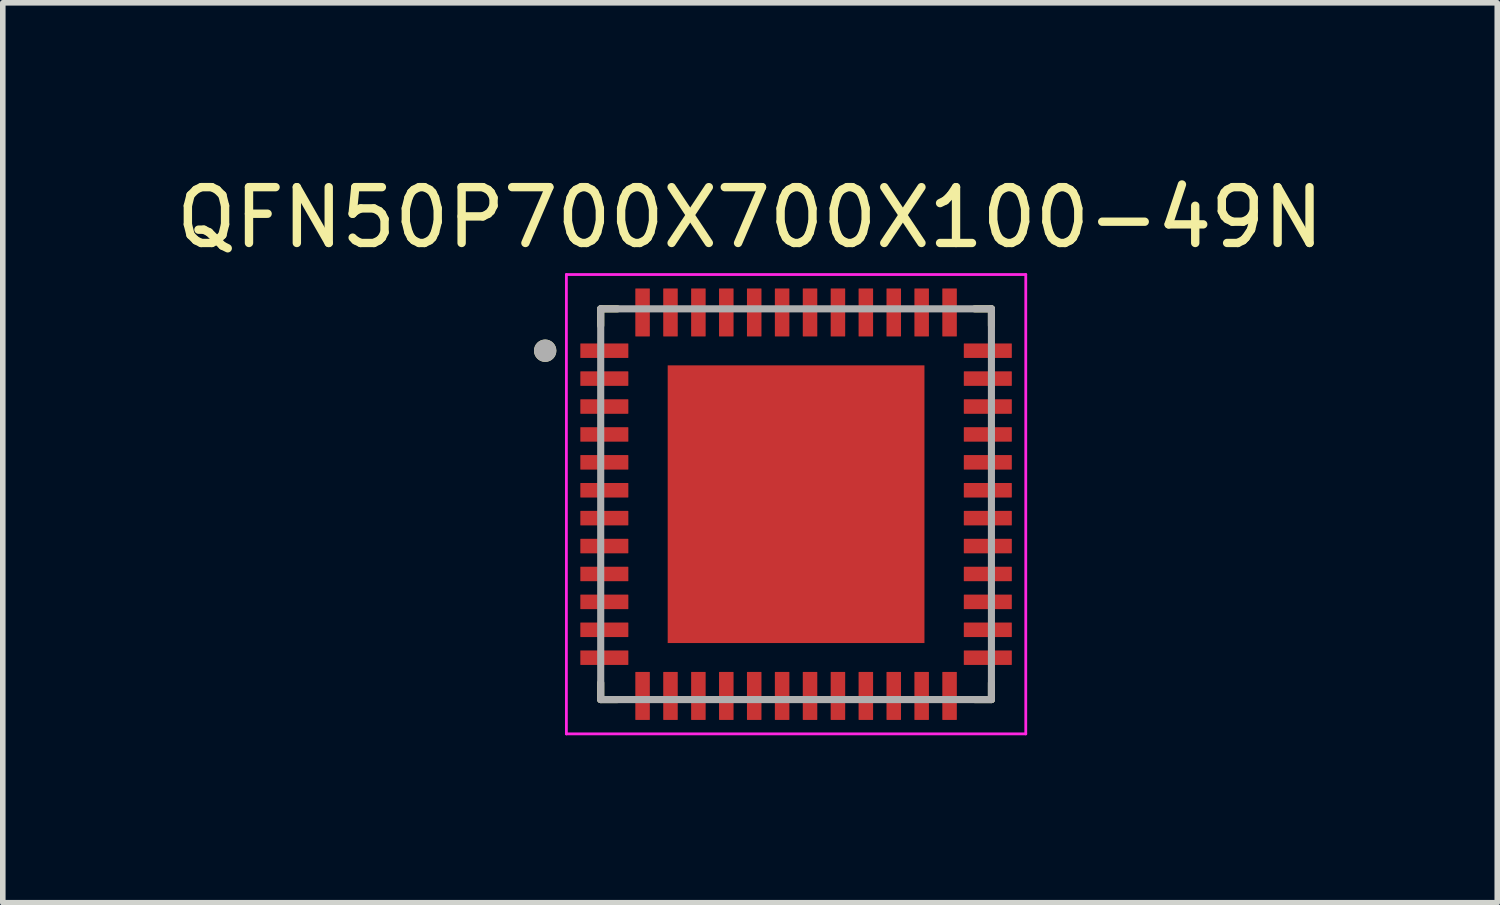
<source format=kicad_pcb>
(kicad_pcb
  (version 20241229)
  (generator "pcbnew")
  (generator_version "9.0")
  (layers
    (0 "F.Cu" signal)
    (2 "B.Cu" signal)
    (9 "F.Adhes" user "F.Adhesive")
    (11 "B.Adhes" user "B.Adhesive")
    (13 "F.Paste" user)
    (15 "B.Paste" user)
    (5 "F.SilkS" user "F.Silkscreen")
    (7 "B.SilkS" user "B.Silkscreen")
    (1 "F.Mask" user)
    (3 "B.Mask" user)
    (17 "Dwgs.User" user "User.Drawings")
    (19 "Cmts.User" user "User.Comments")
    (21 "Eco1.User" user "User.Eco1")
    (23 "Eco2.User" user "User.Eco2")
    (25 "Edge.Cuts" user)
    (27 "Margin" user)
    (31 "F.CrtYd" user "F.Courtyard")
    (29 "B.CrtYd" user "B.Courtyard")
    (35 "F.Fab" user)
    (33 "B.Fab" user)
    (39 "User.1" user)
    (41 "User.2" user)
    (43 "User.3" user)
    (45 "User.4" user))
  (footprint "QFN50P700X700X100-49N"
    (layer "F.Cu")
    (at 11.212 5.983)
    (property "Reference" "QFN50P700X700X100-49N" (at -0.825 -5.135 0) (layer "F.SilkS") (effects (font (size 1 1) (thickness 0.15))))
    (attr through_hole)
    (fp_line (start -3.5 -3.5) (end -3.5 -3.2) (stroke (width 0.127) (type solid)) (layer "F.SilkS"))
    (fp_line (start -3.5 -3.5) (end -3.2 -3.5) (stroke (width 0.127) (type solid)) (layer "F.SilkS"))
    (fp_line (start -3.5 3.5) (end -3.5 3.2) (stroke (width 0.127) (type solid)) (layer "F.SilkS"))
    (fp_line (start -3.5 3.5) (end -3.2 3.5) (stroke (width 0.127) (type solid)) (layer "F.SilkS"))
    (fp_line (start 3.5 -3.5) (end 3.2 -3.5) (stroke (width 0.127) (type solid)) (layer "F.SilkS"))
    (fp_line (start 3.5 -3.5) (end 3.5 -3.2) (stroke (width 0.127) (type solid)) (layer "F.SilkS"))
    (fp_line (start 3.5 3.5) (end 3.2 3.5) (stroke (width 0.127) (type solid)) (layer "F.SilkS"))
    (fp_line (start 3.5 3.5) (end 3.5 3.2) (stroke (width 0.127) (type solid)) (layer "F.SilkS"))
    (fp_circle (center -4.495 -2.75) (end -4.395 -2.75) (stroke (width 0.2) (type solid)) (fill no) (layer "F.SilkS"))
    (fp_poly (pts (xy -1.88 -2.033) (xy -0.42 -2.033) (xy -0.42 -0.453) (xy -1.88 -0.453)) (stroke (width 0.01) (type solid)) (fill yes) (layer "F.Paste"))
    (fp_poly (pts (xy -1.88 0.458) (xy -0.42 0.458) (xy -0.42 2.038) (xy -1.88 2.038)) (stroke (width 0.01) (type solid)) (fill yes) (layer "F.Paste"))
    (fp_poly (pts (xy 0.42 -2.033) (xy 1.88 -2.033) (xy 1.88 -0.453) (xy 0.42 -0.453)) (stroke (width 0.01) (type solid)) (fill yes) (layer "F.Paste"))
    (fp_poly (pts (xy 0.42 0.458) (xy 1.88 0.458) (xy 1.88 2.038) (xy 0.42 2.038)) (stroke (width 0.01) (type solid)) (fill yes) (layer "F.Paste"))
    (fp_line (start -4.115 -4.115) (end 4.115 -4.115) (stroke (width 0.05) (type solid)) (layer "F.CrtYd"))
    (fp_line (start -4.115 4.115) (end -4.115 -4.115) (stroke (width 0.05) (type solid)) (layer "F.CrtYd"))
    (fp_line (start -4.115 4.115) (end 4.115 4.115) (stroke (width 0.05) (type solid)) (layer "F.CrtYd"))
    (fp_line (start 4.115 4.115) (end 4.115 -4.115) (stroke (width 0.05) (type solid)) (layer "F.CrtYd"))
    (fp_line (start -3.5 3.5) (end -3.5 -3.5) (stroke (width 0.127) (type solid)) (layer "F.Fab"))
    (fp_line (start 3.5 -3.5) (end -3.5 -3.5) (stroke (width 0.127) (type solid)) (layer "F.Fab"))
    (fp_line (start 3.5 3.5) (end -3.5 3.5) (stroke (width 0.127) (type solid)) (layer "F.Fab"))
    (fp_line (start 3.5 3.5) (end 3.5 -3.5) (stroke (width 0.127) (type solid)) (layer "F.Fab"))
    (fp_circle (center -4.495 -2.75) (end -4.395 -2.75) (stroke (width 0.2) (type solid)) (fill no) (layer "F.Fab"))
    (pad "1" smd roundrect (at -3.435 -2.75) (size 0.86 0.26) (layers "F.Cu" "F.Mask" "F.Paste") (roundrect_rratio 0.03))
    (pad "2" smd roundrect (at -3.435 -2.25) (size 0.86 0.26) (layers "F.Cu" "F.Mask" "F.Paste") (roundrect_rratio 0.03))
    (pad "3" smd roundrect (at -3.435 -1.75) (size 0.86 0.26) (layers "F.Cu" "F.Mask" "F.Paste") (roundrect_rratio 0.03))
    (pad "4" smd roundrect (at -3.435 -1.25) (size 0.86 0.26) (layers "F.Cu" "F.Mask" "F.Paste") (roundrect_rratio 0.03))
    (pad "5" smd roundrect (at -3.435 -0.75) (size 0.86 0.26) (layers "F.Cu" "F.Mask" "F.Paste") (roundrect_rratio 0.03))
    (pad "6" smd roundrect (at -3.435 -0.25) (size 0.86 0.26) (layers "F.Cu" "F.Mask" "F.Paste") (roundrect_rratio 0.03))
    (pad "7" smd roundrect (at -3.435 0.25) (size 0.86 0.26) (layers "F.Cu" "F.Mask" "F.Paste") (roundrect_rratio 0.03))
    (pad "8" smd roundrect (at -3.435 0.75) (size 0.86 0.26) (layers "F.Cu" "F.Mask" "F.Paste") (roundrect_rratio 0.03))
    (pad "9" smd roundrect (at -3.435 1.25) (size 0.86 0.26) (layers "F.Cu" "F.Mask" "F.Paste") (roundrect_rratio 0.03))
    (pad "10" smd roundrect (at -3.435 1.75) (size 0.86 0.26) (layers "F.Cu" "F.Mask" "F.Paste") (roundrect_rratio 0.03))
    (pad "11" smd roundrect (at -3.435 2.25) (size 0.86 0.26) (layers "F.Cu" "F.Mask" "F.Paste") (roundrect_rratio 0.03))
    (pad "12" smd roundrect (at -3.435 2.75) (size 0.86 0.26) (layers "F.Cu" "F.Mask" "F.Paste") (roundrect_rratio 0.03))
    (pad "13" smd roundrect (at -2.75 3.435 90) (size 0.86 0.26) (layers "F.Cu" "F.Mask" "F.Paste") (roundrect_rratio 0.03))
    (pad "14" smd roundrect (at -2.25 3.435 90) (size 0.86 0.26) (layers "F.Cu" "F.Mask" "F.Paste") (roundrect_rratio 0.03))
    (pad "15" smd roundrect (at -1.75 3.435 90) (size 0.86 0.26) (layers "F.Cu" "F.Mask" "F.Paste") (roundrect_rratio 0.03))
    (pad "16" smd roundrect (at -1.25 3.435 90) (size 0.86 0.26) (layers "F.Cu" "F.Mask" "F.Paste") (roundrect_rratio 0.03))
    (pad "17" smd roundrect (at -0.75 3.435 90) (size 0.86 0.26) (layers "F.Cu" "F.Mask" "F.Paste") (roundrect_rratio 0.03))
    (pad "18" smd roundrect (at -0.25 3.435 90) (size 0.86 0.26) (layers "F.Cu" "F.Mask" "F.Paste") (roundrect_rratio 0.03))
    (pad "19" smd roundrect (at 0.25 3.435 90) (size 0.86 0.26) (layers "F.Cu" "F.Mask" "F.Paste") (roundrect_rratio 0.03))
    (pad "20" smd roundrect (at 0.75 3.435 90) (size 0.86 0.26) (layers "F.Cu" "F.Mask" "F.Paste") (roundrect_rratio 0.03))
    (pad "21" smd roundrect (at 1.25 3.435 90) (size 0.86 0.26) (layers "F.Cu" "F.Mask" "F.Paste") (roundrect_rratio 0.03))
    (pad "22" smd roundrect (at 1.75 3.435 90) (size 0.86 0.26) (layers "F.Cu" "F.Mask" "F.Paste") (roundrect_rratio 0.03))
    (pad "23" smd roundrect (at 2.25 3.435 90) (size 0.86 0.26) (layers "F.Cu" "F.Mask" "F.Paste") (roundrect_rratio 0.03))
    (pad "24" smd roundrect (at 2.75 3.435 90) (size 0.86 0.26) (layers "F.Cu" "F.Mask" "F.Paste") (roundrect_rratio 0.03))
    (pad "25" smd roundrect (at 3.435 2.75) (size 0.86 0.26) (layers "F.Cu" "F.Mask" "F.Paste") (roundrect_rratio 0.03))
    (pad "26" smd roundrect (at 3.435 2.25) (size 0.86 0.26) (layers "F.Cu" "F.Mask" "F.Paste") (roundrect_rratio 0.03))
    (pad "27" smd roundrect (at 3.435 1.75) (size 0.86 0.26) (layers "F.Cu" "F.Mask" "F.Paste") (roundrect_rratio 0.03))
    (pad "28" smd roundrect (at 3.435 1.25) (size 0.86 0.26) (layers "F.Cu" "F.Mask" "F.Paste") (roundrect_rratio 0.03))
    (pad "29" smd roundrect (at 3.435 0.75) (size 0.86 0.26) (layers "F.Cu" "F.Mask" "F.Paste") (roundrect_rratio 0.03))
    (pad "30" smd roundrect (at 3.435 0.25) (size 0.86 0.26) (layers "F.Cu" "F.Mask" "F.Paste") (roundrect_rratio 0.03))
    (pad "31" smd roundrect (at 3.435 -0.25) (size 0.86 0.26) (layers "F.Cu" "F.Mask" "F.Paste") (roundrect_rratio 0.03))
    (pad "32" smd roundrect (at 3.435 -0.75) (size 0.86 0.26) (layers "F.Cu" "F.Mask" "F.Paste") (roundrect_rratio 0.03))
    (pad "33" smd roundrect (at 3.435 -1.25) (size 0.86 0.26) (layers "F.Cu" "F.Mask" "F.Paste") (roundrect_rratio 0.03))
    (pad "34" smd roundrect (at 3.435 -1.75) (size 0.86 0.26) (layers "F.Cu" "F.Mask" "F.Paste") (roundrect_rratio 0.03))
    (pad "35" smd roundrect (at 3.435 -2.25) (size 0.86 0.26) (layers "F.Cu" "F.Mask" "F.Paste") (roundrect_rratio 0.03))
    (pad "36" smd roundrect (at 3.435 -2.75) (size 0.86 0.26) (layers "F.Cu" "F.Mask" "F.Paste") (roundrect_rratio 0.03))
    (pad "37" smd roundrect (at 2.75 -3.435 90) (size 0.86 0.26) (layers "F.Cu" "F.Mask" "F.Paste") (roundrect_rratio 0.03))
    (pad "38" smd roundrect (at 2.25 -3.435 90) (size 0.86 0.26) (layers "F.Cu" "F.Mask" "F.Paste") (roundrect_rratio 0.03))
    (pad "39" smd roundrect (at 1.75 -3.435 90) (size 0.86 0.26) (layers "F.Cu" "F.Mask" "F.Paste") (roundrect_rratio 0.03))
    (pad "40" smd roundrect (at 1.25 -3.435 90) (size 0.86 0.26) (layers "F.Cu" "F.Mask" "F.Paste") (roundrect_rratio 0.03))
    (pad "41" smd roundrect (at 0.75 -3.435 90) (size 0.86 0.26) (layers "F.Cu" "F.Mask" "F.Paste") (roundrect_rratio 0.03))
    (pad "42" smd roundrect (at 0.25 -3.435 90) (size 0.86 0.26) (layers "F.Cu" "F.Mask" "F.Paste") (roundrect_rratio 0.03))
    (pad "43" smd roundrect (at -0.25 -3.435 90) (size 0.86 0.26) (layers "F.Cu" "F.Mask" "F.Paste") (roundrect_rratio 0.03))
    (pad "44" smd roundrect (at -0.75 -3.435 90) (size 0.86 0.26) (layers "F.Cu" "F.Mask" "F.Paste") (roundrect_rratio 0.03))
    (pad "45" smd roundrect (at -1.25 -3.435 90) (size 0.86 0.26) (layers "F.Cu" "F.Mask" "F.Paste") (roundrect_rratio 0.03))
    (pad "46" smd roundrect (at -1.75 -3.435 90) (size 0.86 0.26) (layers "F.Cu" "F.Mask" "F.Paste") (roundrect_rratio 0.03))
    (pad "47" smd roundrect (at -2.25 -3.435 90) (size 0.86 0.26) (layers "F.Cu" "F.Mask" "F.Paste") (roundrect_rratio 0.03))
    (pad "48" smd roundrect (at -2.75 -3.435 90) (size 0.86 0.26) (layers "F.Cu" "F.Mask" "F.Paste") (roundrect_rratio 0.03))
    (pad "49" smd rect (at 0 0) (size 4.6 4.975) (layers "F.Cu" "F.Mask")))
  (gr_rect
    (start -3 -3)
    (end 23.774 13.123)
    (stroke (width 0.1) (type default))
    (fill no)
    (layer "Edge.Cuts")))
</source>
